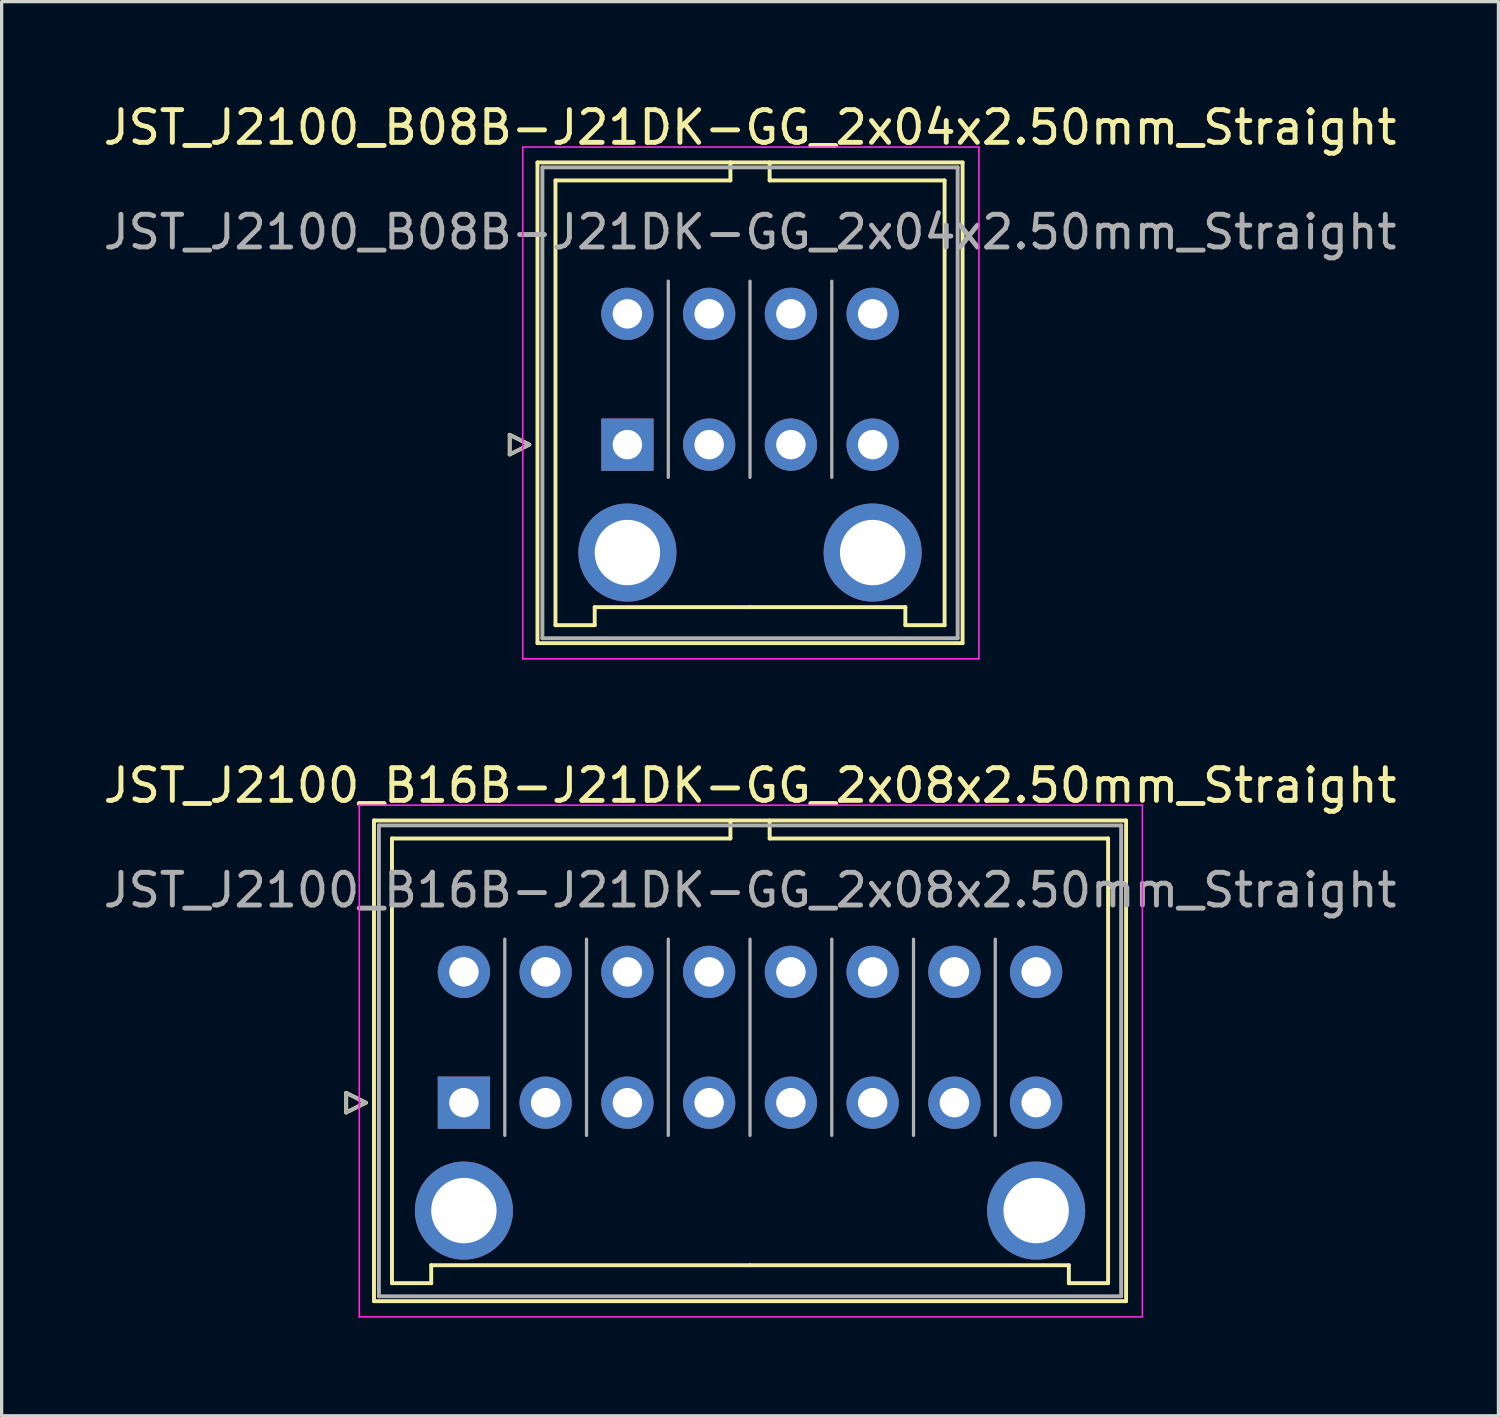
<source format=kicad_pcb>
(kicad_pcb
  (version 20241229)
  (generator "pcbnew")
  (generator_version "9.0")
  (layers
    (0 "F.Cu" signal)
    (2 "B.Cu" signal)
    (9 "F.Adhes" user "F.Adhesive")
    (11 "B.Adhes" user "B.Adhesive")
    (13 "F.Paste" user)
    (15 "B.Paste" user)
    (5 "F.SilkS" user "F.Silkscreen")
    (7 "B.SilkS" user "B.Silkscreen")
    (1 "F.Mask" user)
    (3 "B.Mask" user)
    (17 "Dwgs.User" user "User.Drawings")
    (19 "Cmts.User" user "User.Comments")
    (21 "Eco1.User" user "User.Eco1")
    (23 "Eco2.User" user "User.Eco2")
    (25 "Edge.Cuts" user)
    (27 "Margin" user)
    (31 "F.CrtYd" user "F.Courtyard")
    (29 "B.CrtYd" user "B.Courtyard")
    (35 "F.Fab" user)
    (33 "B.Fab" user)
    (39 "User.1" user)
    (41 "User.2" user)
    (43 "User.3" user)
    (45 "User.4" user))
  (footprint "JST_J2100_B16B-J21DK-GG_2x08x2.50mm_Straight"
    (layer "F.Cu")
    (at 11.137 30.672)
    (property "Reference" "JST_J2100_B16B-J21DK-GG_2x08x2.50mm_Straight" (at 8.75 -9.7 0) (layer "F.SilkS") (effects (font (size 1 1) (thickness 0.15))))
    (attr through_hole)
    (fp_line (start -3.6 -0.3) (end -3 0) (stroke (width 0.12) (type solid)) (layer "F.SilkS"))
    (fp_line (start -3.6 0.3) (end -3.6 -0.3) (stroke (width 0.12) (type solid)) (layer "F.SilkS"))
    (fp_line (start -3 0) (end -3.6 0.3) (stroke (width 0.12) (type solid)) (layer "F.SilkS"))
    (fp_line (start -2.75 -8.63) (end -2.75 6.07) (stroke (width 0.12) (type solid)) (layer "F.SilkS"))
    (fp_line (start -2.75 6.07) (end 20.25 6.07) (stroke (width 0.12) (type solid)) (layer "F.SilkS"))
    (fp_line (start -2.2 -8.08) (end -2.2 5.52) (stroke (width 0.12) (type solid)) (layer "F.SilkS"))
    (fp_line (start -2.2 5.52) (end -1 5.52) (stroke (width 0.12) (type solid)) (layer "F.SilkS"))
    (fp_line (start -1 4.97) (end 8.75 4.97) (stroke (width 0.12) (type solid)) (layer "F.SilkS"))
    (fp_line (start -1 5.52) (end -1 4.97) (stroke (width 0.12) (type solid)) (layer "F.SilkS"))
    (fp_line (start 8.15 -8.63) (end 8.15 -8.08) (stroke (width 0.12) (type solid)) (layer "F.SilkS"))
    (fp_line (start 8.15 -8.08) (end -2.2 -8.08) (stroke (width 0.12) (type solid)) (layer "F.SilkS"))
    (fp_line (start 9.35 -8.63) (end 9.35 -8.08) (stroke (width 0.12) (type solid)) (layer "F.SilkS"))
    (fp_line (start 9.35 -8.08) (end 19.7 -8.08) (stroke (width 0.12) (type solid)) (layer "F.SilkS"))
    (fp_line (start 18.5 4.97) (end 8.75 4.97) (stroke (width 0.12) (type solid)) (layer "F.SilkS"))
    (fp_line (start 18.5 5.52) (end 18.5 4.97) (stroke (width 0.12) (type solid)) (layer "F.SilkS"))
    (fp_line (start 19.7 -8.08) (end 19.7 5.52) (stroke (width 0.12) (type solid)) (layer "F.SilkS"))
    (fp_line (start 19.7 5.52) (end 18.5 5.52) (stroke (width 0.12) (type solid)) (layer "F.SilkS"))
    (fp_line (start 20.25 -8.63) (end -2.75 -8.63) (stroke (width 0.12) (type solid)) (layer "F.SilkS"))
    (fp_line (start 20.25 6.07) (end 20.25 -8.63) (stroke (width 0.12) (type solid)) (layer "F.SilkS"))
    (fp_line (start -3.2 -9.1) (end -3.2 6.55) (stroke (width 0.05) (type solid)) (layer "F.CrtYd"))
    (fp_line (start -3.2 6.55) (end 20.75 6.55) (stroke (width 0.05) (type solid)) (layer "F.CrtYd"))
    (fp_line (start 20.75 -9.1) (end -3.2 -9.1) (stroke (width 0.05) (type solid)) (layer "F.CrtYd"))
    (fp_line (start 20.75 6.55) (end 20.75 -9.1) (stroke (width 0.05) (type solid)) (layer "F.CrtYd"))
    (fp_line (start -3.6 -0.3) (end -3 0) (stroke (width 0.1) (type solid)) (layer "F.Fab"))
    (fp_line (start -3.6 0.3) (end -3.6 -0.3) (stroke (width 0.1) (type solid)) (layer "F.Fab"))
    (fp_line (start -3 0) (end -3.6 0.3) (stroke (width 0.1) (type solid)) (layer "F.Fab"))
    (fp_line (start -2.6 -8.48) (end -2.6 5.92) (stroke (width 0.12) (type solid)) (layer "F.Fab"))
    (fp_line (start -2.6 5.92) (end 20.1 5.92) (stroke (width 0.12) (type solid)) (layer "F.Fab"))
    (fp_line (start 1.25 1) (end 1.25 -5) (stroke (width 0.1) (type solid)) (layer "F.Fab"))
    (fp_line (start 3.75 1) (end 3.75 -5) (stroke (width 0.1) (type solid)) (layer "F.Fab"))
    (fp_line (start 6.25 1) (end 6.25 -5) (stroke (width 0.1) (type solid)) (layer "F.Fab"))
    (fp_line (start 8.75 1) (end 8.75 -5) (stroke (width 0.1) (type solid)) (layer "F.Fab"))
    (fp_line (start 11.25 1) (end 11.25 -5) (stroke (width 0.1) (type solid)) (layer "F.Fab"))
    (fp_line (start 13.75 1) (end 13.75 -5) (stroke (width 0.1) (type solid)) (layer "F.Fab"))
    (fp_line (start 16.25 1) (end 16.25 -5) (stroke (width 0.1) (type solid)) (layer "F.Fab"))
    (fp_line (start 20.1 -8.48) (end -2.6 -8.48) (stroke (width 0.12) (type solid)) (layer "F.Fab"))
    (fp_line (start 20.1 5.92) (end 20.1 -8.48) (stroke (width 0.12) (type solid)) (layer "F.Fab"))
    (fp_text user "${REFERENCE}" (at 8.75 -6.5 0) (layer "F.Fab") (effects (font (size 1 1) (thickness 0.15))))
    (pad "" thru_hole circle (at 0 3.3) (size 3 3) (drill 2) (layers "*.Cu" "*.Mask"))
    (pad "" thru_hole circle (at 17.5 3.3) (size 3 3) (drill 2) (layers "*.Cu" "*.Mask"))
    (pad "1" thru_hole rect (at 0 0) (size 1.6 1.6) (drill 0.9) (layers "*.Cu" "*.Mask"))
    (pad "2" thru_hole circle (at 0 -4) (size 1.6 1.6) (drill 0.9) (layers "*.Cu" "*.Mask"))
    (pad "3" thru_hole circle (at 2.5 0) (size 1.6 1.6) (drill 0.9) (layers "*.Cu" "*.Mask"))
    (pad "4" thru_hole circle (at 2.5 -4) (size 1.6 1.6) (drill 0.9) (layers "*.Cu" "*.Mask"))
    (pad "5" thru_hole circle (at 5 0) (size 1.6 1.6) (drill 0.9) (layers "*.Cu" "*.Mask"))
    (pad "6" thru_hole circle (at 5 -4) (size 1.6 1.6) (drill 0.9) (layers "*.Cu" "*.Mask"))
    (pad "7" thru_hole circle (at 7.5 0) (size 1.6 1.6) (drill 0.9) (layers "*.Cu" "*.Mask"))
    (pad "8" thru_hole circle (at 7.5 -4) (size 1.6 1.6) (drill 0.9) (layers "*.Cu" "*.Mask"))
    (pad "9" thru_hole circle (at 10 0) (size 1.6 1.6) (drill 0.9) (layers "*.Cu" "*.Mask"))
    (pad "10" thru_hole circle (at 10 -4) (size 1.6 1.6) (drill 0.9) (layers "*.Cu" "*.Mask"))
    (pad "11" thru_hole circle (at 12.5 0) (size 1.6 1.6) (drill 0.9) (layers "*.Cu" "*.Mask"))
    (pad "12" thru_hole circle (at 12.5 -4) (size 1.6 1.6) (drill 0.9) (layers "*.Cu" "*.Mask"))
    (pad "13" thru_hole circle (at 15 0) (size 1.6 1.6) (drill 0.9) (layers "*.Cu" "*.Mask"))
    (pad "14" thru_hole circle (at 15 -4) (size 1.6 1.6) (drill 0.9) (layers "*.Cu" "*.Mask"))
    (pad "15" thru_hole circle (at 17.5 0) (size 1.6 1.6) (drill 0.9) (layers "*.Cu" "*.Mask"))
    (pad "16" thru_hole circle (at 17.5 -4) (size 1.6 1.6) (drill 0.9) (layers "*.Cu" "*.Mask")))
  (footprint "JST_J2100_B08B-J21DK-GG_2x04x2.50mm_Straight"
    (layer "F.Cu")
    (at 16.137 10.548)
    (property "Reference" "JST_J2100_B08B-J21DK-GG_2x04x2.50mm_Straight" (at 3.75 -9.7 0) (layer "F.SilkS") (effects (font (size 1 1) (thickness 0.15))))
    (attr through_hole)
    (fp_line (start -3.6 -0.3) (end -3 0) (stroke (width 0.12) (type solid)) (layer "F.SilkS"))
    (fp_line (start -3.6 0.3) (end -3.6 -0.3) (stroke (width 0.12) (type solid)) (layer "F.SilkS"))
    (fp_line (start -3 0) (end -3.6 0.3) (stroke (width 0.12) (type solid)) (layer "F.SilkS"))
    (fp_line (start -2.75 -8.63) (end -2.75 6.07) (stroke (width 0.12) (type solid)) (layer "F.SilkS"))
    (fp_line (start -2.75 6.07) (end 10.25 6.07) (stroke (width 0.12) (type solid)) (layer "F.SilkS"))
    (fp_line (start -2.2 -8.08) (end -2.2 5.52) (stroke (width 0.12) (type solid)) (layer "F.SilkS"))
    (fp_line (start -2.2 5.52) (end -1 5.52) (stroke (width 0.12) (type solid)) (layer "F.SilkS"))
    (fp_line (start -1 4.97) (end 3.75 4.97) (stroke (width 0.12) (type solid)) (layer "F.SilkS"))
    (fp_line (start -1 5.52) (end -1 4.97) (stroke (width 0.12) (type solid)) (layer "F.SilkS"))
    (fp_line (start 3.15 -8.63) (end 3.15 -8.08) (stroke (width 0.12) (type solid)) (layer "F.SilkS"))
    (fp_line (start 3.15 -8.08) (end -2.2 -8.08) (stroke (width 0.12) (type solid)) (layer "F.SilkS"))
    (fp_line (start 4.35 -8.63) (end 4.35 -8.08) (stroke (width 0.12) (type solid)) (layer "F.SilkS"))
    (fp_line (start 4.35 -8.08) (end 9.7 -8.08) (stroke (width 0.12) (type solid)) (layer "F.SilkS"))
    (fp_line (start 8.5 4.97) (end 3.75 4.97) (stroke (width 0.12) (type solid)) (layer "F.SilkS"))
    (fp_line (start 8.5 5.52) (end 8.5 4.97) (stroke (width 0.12) (type solid)) (layer "F.SilkS"))
    (fp_line (start 9.7 -8.08) (end 9.7 5.52) (stroke (width 0.12) (type solid)) (layer "F.SilkS"))
    (fp_line (start 9.7 5.52) (end 8.5 5.52) (stroke (width 0.12) (type solid)) (layer "F.SilkS"))
    (fp_line (start 10.25 -8.63) (end -2.75 -8.63) (stroke (width 0.12) (type solid)) (layer "F.SilkS"))
    (fp_line (start 10.25 6.07) (end 10.25 -8.63) (stroke (width 0.12) (type solid)) (layer "F.SilkS"))
    (fp_line (start -3.2 -9.1) (end -3.2 6.55) (stroke (width 0.05) (type solid)) (layer "F.CrtYd"))
    (fp_line (start -3.2 6.55) (end 10.75 6.55) (stroke (width 0.05) (type solid)) (layer "F.CrtYd"))
    (fp_line (start 10.75 -9.1) (end -3.2 -9.1) (stroke (width 0.05) (type solid)) (layer "F.CrtYd"))
    (fp_line (start 10.75 6.55) (end 10.75 -9.1) (stroke (width 0.05) (type solid)) (layer "F.CrtYd"))
    (fp_line (start -3.6 -0.3) (end -3 0) (stroke (width 0.1) (type solid)) (layer "F.Fab"))
    (fp_line (start -3.6 0.3) (end -3.6 -0.3) (stroke (width 0.1) (type solid)) (layer "F.Fab"))
    (fp_line (start -3 0) (end -3.6 0.3) (stroke (width 0.1) (type solid)) (layer "F.Fab"))
    (fp_line (start -2.6 -8.48) (end -2.6 5.92) (stroke (width 0.12) (type solid)) (layer "F.Fab"))
    (fp_line (start -2.6 5.92) (end 10.1 5.92) (stroke (width 0.12) (type solid)) (layer "F.Fab"))
    (fp_line (start 1.25 1) (end 1.25 -5) (stroke (width 0.1) (type solid)) (layer "F.Fab"))
    (fp_line (start 3.75 1) (end 3.75 -5) (stroke (width 0.1) (type solid)) (layer "F.Fab"))
    (fp_line (start 6.25 1) (end 6.25 -5) (stroke (width 0.1) (type solid)) (layer "F.Fab"))
    (fp_line (start 10.1 -8.48) (end -2.6 -8.48) (stroke (width 0.12) (type solid)) (layer "F.Fab"))
    (fp_line (start 10.1 5.92) (end 10.1 -8.48) (stroke (width 0.12) (type solid)) (layer "F.Fab"))
    (fp_text user "${REFERENCE}" (at 3.75 -6.5 0) (layer "F.Fab") (effects (font (size 1 1) (thickness 0.15))))
    (pad "" thru_hole circle (at 0 3.3) (size 3 3) (drill 2) (layers "*.Cu" "*.Mask"))
    (pad "" thru_hole circle (at 7.5 3.3) (size 3 3) (drill 2) (layers "*.Cu" "*.Mask"))
    (pad "1" thru_hole rect (at 0 0) (size 1.6 1.6) (drill 0.9) (layers "*.Cu" "*.Mask"))
    (pad "2" thru_hole circle (at 0 -4) (size 1.6 1.6) (drill 0.9) (layers "*.Cu" "*.Mask"))
    (pad "3" thru_hole circle (at 2.5 0) (size 1.6 1.6) (drill 0.9) (layers "*.Cu" "*.Mask"))
    (pad "4" thru_hole circle (at 2.5 -4) (size 1.6 1.6) (drill 0.9) (layers "*.Cu" "*.Mask"))
    (pad "5" thru_hole circle (at 5 0) (size 1.6 1.6) (drill 0.9) (layers "*.Cu" "*.Mask"))
    (pad "6" thru_hole circle (at 5 -4) (size 1.6 1.6) (drill 0.9) (layers "*.Cu" "*.Mask"))
    (pad "7" thru_hole circle (at 7.5 0) (size 1.6 1.6) (drill 0.9) (layers "*.Cu" "*.Mask"))
    (pad "8" thru_hole circle (at 7.5 -4) (size 1.6 1.6) (drill 0.9) (layers "*.Cu" "*.Mask")))
  (gr_rect
    (start -3 -3)
    (end 42.774 40.246)
    (stroke (width 0.1) (type default))
    (fill no)
    (layer "Edge.Cuts")))
</source>
